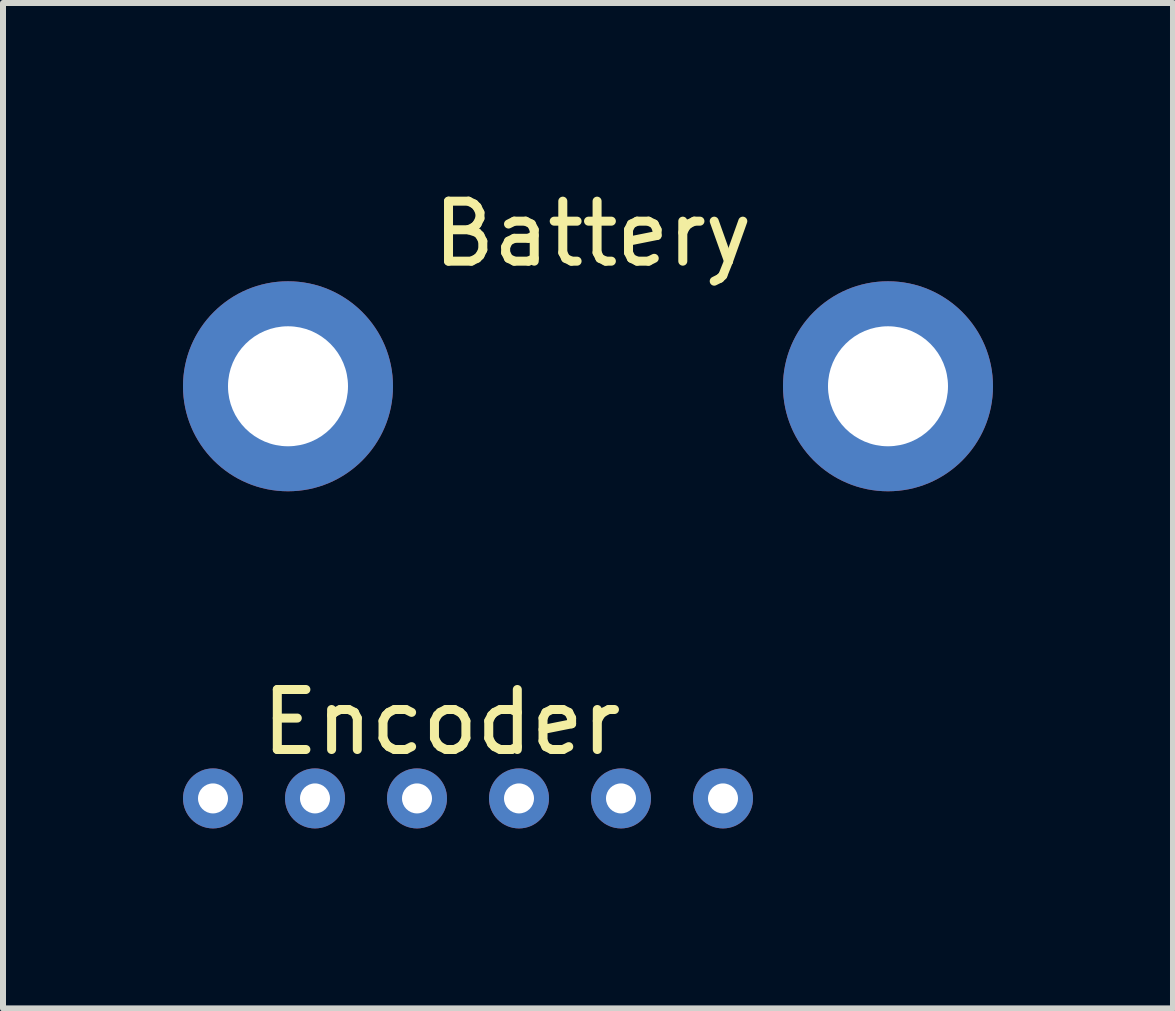
<source format=kicad_pcb>
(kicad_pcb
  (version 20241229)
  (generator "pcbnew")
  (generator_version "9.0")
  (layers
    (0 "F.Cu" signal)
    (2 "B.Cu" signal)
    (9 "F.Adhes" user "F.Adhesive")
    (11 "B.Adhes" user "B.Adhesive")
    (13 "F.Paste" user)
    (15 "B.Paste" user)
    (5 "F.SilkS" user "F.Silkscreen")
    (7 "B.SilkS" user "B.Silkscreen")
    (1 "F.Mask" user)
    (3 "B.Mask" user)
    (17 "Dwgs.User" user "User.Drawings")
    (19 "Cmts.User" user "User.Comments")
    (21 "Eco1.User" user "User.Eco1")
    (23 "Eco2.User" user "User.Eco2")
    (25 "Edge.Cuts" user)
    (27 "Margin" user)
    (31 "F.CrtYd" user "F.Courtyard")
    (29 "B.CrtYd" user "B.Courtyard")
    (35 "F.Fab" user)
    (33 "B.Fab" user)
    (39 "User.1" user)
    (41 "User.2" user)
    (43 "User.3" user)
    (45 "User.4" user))
  (footprint "Battery"
    (layer "F.Cu")
    (at 1.75 3.388)
    (property "Reference" "Battery" (at 5.08 -2.54 0) (layer "F.SilkS") (effects (font (size 1 1) (thickness 0.15))))
    (attr through_hole)
    (pad "1" thru_hole circle (at 0 0) (size 3.5 3.5) (drill 2) (layers "*.Cu" "*.Mask"))
    (pad "2" thru_hole circle (at 10 0) (size 3.5 3.5) (drill 2) (layers "*.Cu" "*.Mask")))
  (footprint "Encoder"
    (layer "F.Cu")
    (at 0.5 10.257)
    (property "Reference" "Encoder" (at 3.81 -1.27 0) (layer "F.SilkS") (effects (font (size 1 1) (thickness 0.15))))
    (attr through_hole)
    (pad "1" thru_hole circle (at 0 0) (size 1 1) (drill 0.5) (layers "*.Cu" "*.Mask"))
    (pad "2" thru_hole circle (at 1.7 0) (size 1 1) (drill 0.5) (layers "*.Cu" "*.Mask"))
    (pad "3" thru_hole circle (at 3.4 0) (size 1 1) (drill 0.5) (layers "*.Cu" "*.Mask"))
    (pad "4" thru_hole circle (at 5.1 0) (size 1 1) (drill 0.5) (layers "*.Cu" "*.Mask"))
    (pad "5" thru_hole circle (at 6.8 0) (size 1 1) (drill 0.5) (layers "*.Cu" "*.Mask"))
    (pad "6" thru_hole circle (at 8.5 0) (size 1 1) (drill 0.5) (layers "*.Cu" "*.Mask")))
  (gr_rect
    (start -3 -3)
    (end 16.5 13.757)
    (stroke (width 0.1) (type default))
    (fill no)
    (layer "Edge.Cuts")))
</source>
